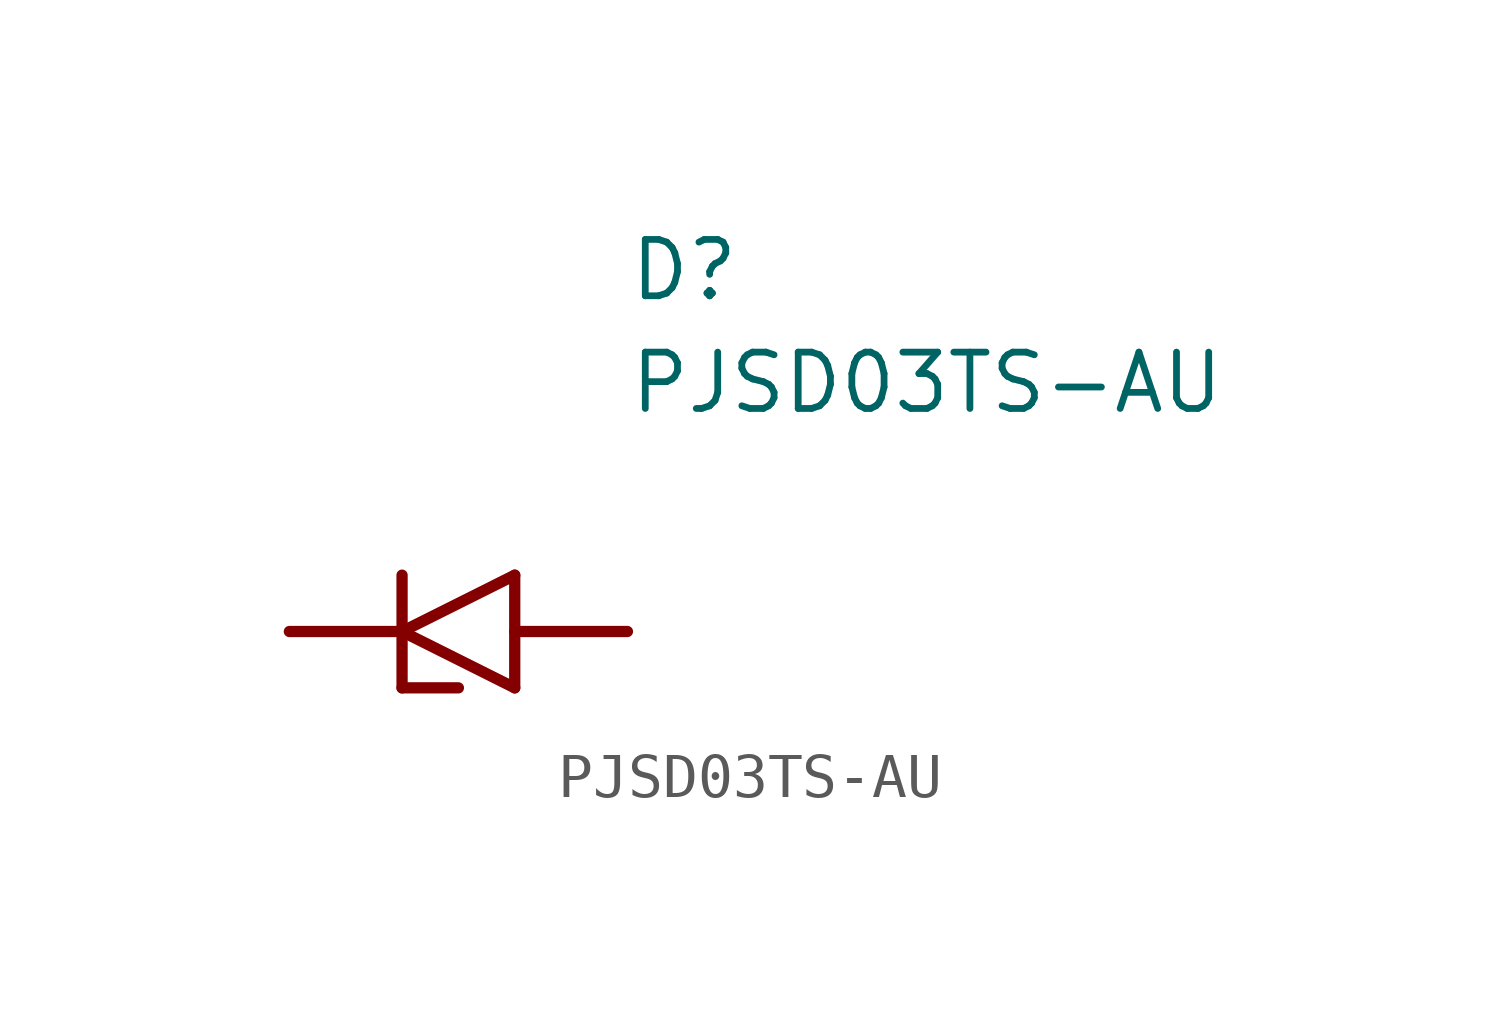
<source format=kicad_sym>
(kicad_symbol_lib
  (version 20241209)
  (generator "kicad_symbol_editor")
  (generator_version "9.0")
  (symbol "PJSD03TS-AU"
    (pin_names
      (hide yes))
    (property "Reference" "D"
      (at 10.16 8.89 0)
      (effects (font (size 1.27 1.27)) (justify left top)))
    (property "Value" "PJSD03TS-AU"
      (at 10.16 6.35 0)
      (effects (font (size 1.27 1.27)) (justify left top)))
    (symbol "PJSD03TS-AU_1_1"
      (polyline (pts (xy 2.54 0) (xy 5.08 0)) (stroke (width 0.254) (type default)) (fill (type none)))
      (polyline (pts (xy 5.08 1.27) (xy 5.08 -1.27)) (stroke (width 0.254) (type default)) (fill (type none)))
      (polyline (pts (xy 5.08 0) (xy 7.62 1.27)) (stroke (width 0.254) (type default)) (fill (type none)))
      (polyline (pts (xy 5.08 -1.27) (xy 6.35 -1.27)) (stroke (width 0.254) (type default)) (fill (type none)))
      (polyline (pts (xy 7.62 -1.27) (xy 5.08 0)) (stroke (width 0.254) (type default)) (fill (type none)))
      (polyline (pts (xy 7.62 -1.27) (xy 7.62 1.27)) (stroke (width 0.254) (type default)) (fill (type none)))
      (polyline (pts (xy 10.16 0) (xy 7.62 0)) (stroke (width 0.254) (type default)) (fill (type none)))
      (pin passive line (at 2.54 0 0) (length 2.54) (hide yes) (name "K" (effects (font (size 1.27 1.27)))) (number "1" (effects (font (size 1.27 1.27)))))
      (pin passive line (at 10.16 0 180) (length 2.54) (hide yes) (name "A" (effects (font (size 1.27 1.27)))) (number "2" (effects (font (size 1.27 1.27))))))))
</source>
